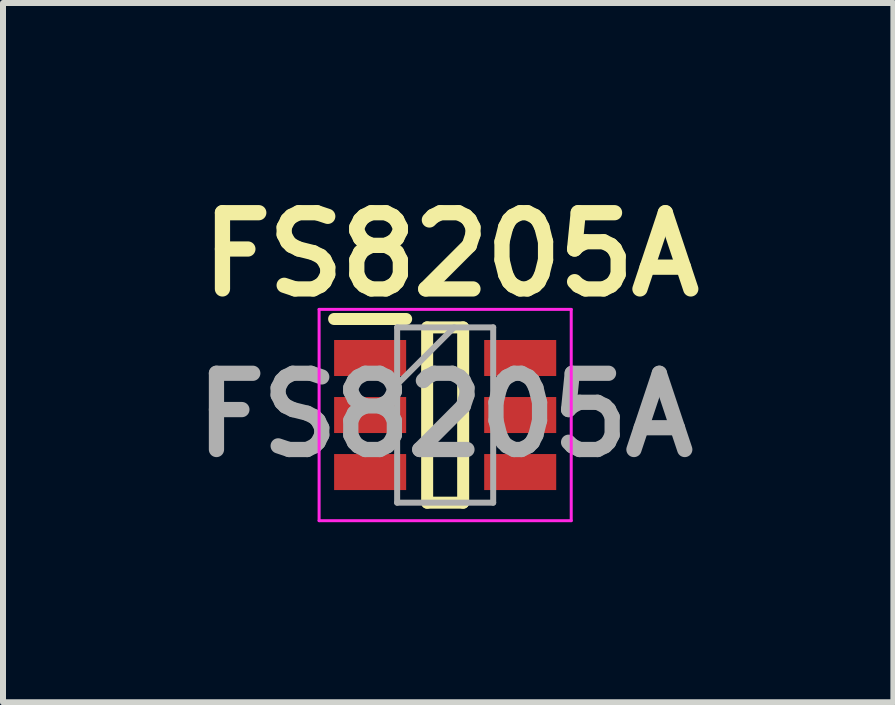
<source format=kicad_pcb>
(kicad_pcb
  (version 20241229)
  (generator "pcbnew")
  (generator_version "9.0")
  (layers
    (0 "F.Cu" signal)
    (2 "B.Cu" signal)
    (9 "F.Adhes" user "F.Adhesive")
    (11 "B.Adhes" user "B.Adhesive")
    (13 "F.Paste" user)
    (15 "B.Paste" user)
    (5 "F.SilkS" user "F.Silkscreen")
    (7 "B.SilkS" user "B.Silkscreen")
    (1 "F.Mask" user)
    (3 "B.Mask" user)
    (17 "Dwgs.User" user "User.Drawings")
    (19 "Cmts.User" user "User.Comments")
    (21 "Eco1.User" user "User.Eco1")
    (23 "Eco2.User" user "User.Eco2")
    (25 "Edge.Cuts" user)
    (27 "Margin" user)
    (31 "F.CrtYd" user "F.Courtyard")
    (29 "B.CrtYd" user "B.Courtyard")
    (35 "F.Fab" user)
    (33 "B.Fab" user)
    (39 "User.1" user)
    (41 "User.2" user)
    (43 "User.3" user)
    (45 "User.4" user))
  (footprint "FS8205A"
    (layer "F.Cu")
    (at 4.366 3.864)
    (property "Reference" "FS8205A" (at 0.1 -2.675 0) (layer "F.SilkS") (effects (font (size 1.27 1.27) (thickness 0.254))))
    (attr smd)
    (fp_line (start -1.85 -1.6) (end -0.65 -1.6) (stroke (width 0.2) (type solid)) (layer "F.SilkS"))
    (fp_line (start -0.3 -1.46) (end 0.3 -1.46) (stroke (width 0.2) (type solid)) (layer "F.SilkS"))
    (fp_line (start -0.3 1.46) (end -0.3 -1.46) (stroke (width 0.2) (type solid)) (layer "F.SilkS"))
    (fp_line (start 0.3 -1.46) (end 0.3 1.46) (stroke (width 0.2) (type solid)) (layer "F.SilkS"))
    (fp_line (start 0.3 1.46) (end -0.3 1.46) (stroke (width 0.2) (type solid)) (layer "F.SilkS"))
    (fp_line (start -2.1 -1.76) (end 2.1 -1.76) (stroke (width 0.05) (type solid)) (layer "F.CrtYd"))
    (fp_line (start -2.1 1.76) (end -2.1 -1.76) (stroke (width 0.05) (type solid)) (layer "F.CrtYd"))
    (fp_line (start 2.1 -1.76) (end 2.1 1.76) (stroke (width 0.05) (type solid)) (layer "F.CrtYd"))
    (fp_line (start 2.1 1.76) (end -2.1 1.76) (stroke (width 0.05) (type solid)) (layer "F.CrtYd"))
    (fp_line (start -0.8 -1.46) (end 0.8 -1.46) (stroke (width 0.1) (type solid)) (layer "F.Fab"))
    (fp_line (start -0.8 -0.51) (end 0.15 -1.46) (stroke (width 0.1) (type solid)) (layer "F.Fab"))
    (fp_line (start -0.8 1.46) (end -0.8 -1.46) (stroke (width 0.1) (type solid)) (layer "F.Fab"))
    (fp_line (start 0.8 -1.46) (end 0.8 1.46) (stroke (width 0.1) (type solid)) (layer "F.Fab"))
    (fp_line (start 0.8 1.46) (end -0.8 1.46) (stroke (width 0.1) (type solid)) (layer "F.Fab"))
    (fp_text user "${REFERENCE}" (at 0 0 0) (layer "F.Fab") (effects (font (size 1.27 1.27) (thickness 0.254))))
    (pad "1" smd rect (at -1.25 -0.95 90) (size 0.6 1.2) (layers "F.Cu" "F.Mask" "F.Paste"))
    (pad "2" smd rect (at -1.25 0 90) (size 0.6 1.2) (layers "F.Cu" "F.Mask" "F.Paste"))
    (pad "3" smd rect (at -1.25 0.95 90) (size 0.6 1.2) (layers "F.Cu" "F.Mask" "F.Paste"))
    (pad "4" smd rect (at 1.25 0.95 90) (size 0.6 1.2) (layers "F.Cu" "F.Mask" "F.Paste"))
    (pad "5" smd rect (at 1.25 0 90) (size 0.6 1.2) (layers "F.Cu" "F.Mask" "F.Paste"))
    (pad "6" smd rect (at 1.25 -0.95 90) (size 0.6 1.2) (layers "F.Cu" "F.Mask" "F.Paste")))
  (gr_rect
    (start -3 -3)
    (end 11.833 8.649)
    (stroke (width 0.1) (type default))
    (fill no)
    (layer "Edge.Cuts")))
</source>
